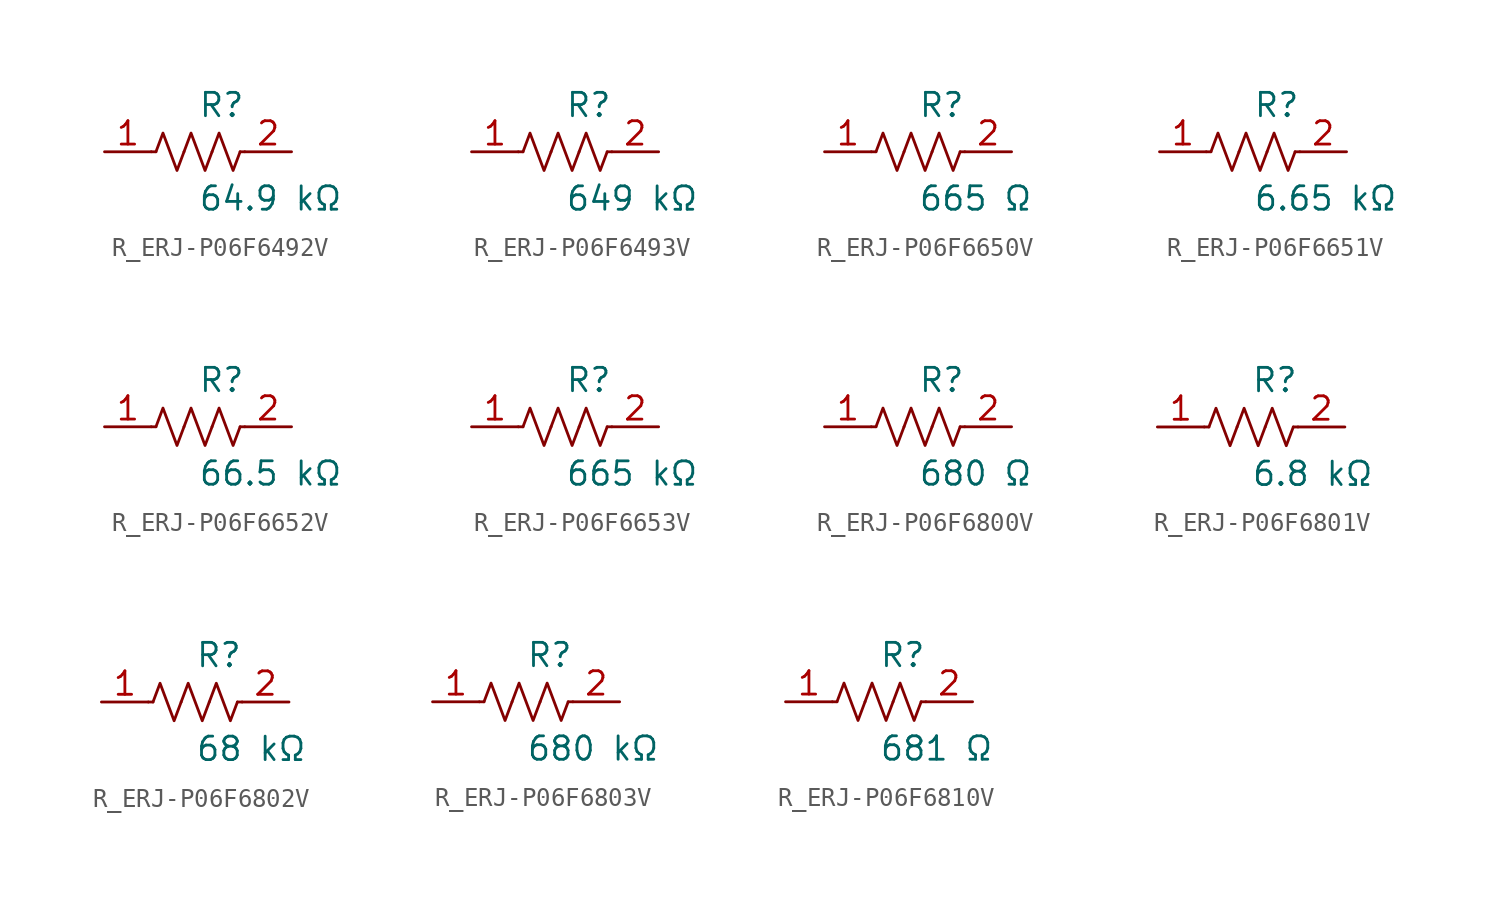
<source format=kicad_sym>
(kicad_symbol_lib
  (version 20231120)
  (generator kicad_symbol_editor)
  (generator_version 8.0)
  (symbol "R_ERJ-P06F6492V"
    (pin_names
      (offset 0.254))
    (property "Reference" "R"
      (at 0.0 2.54 0)
      (effects (font (size 1.27 1.27)) (justify left)))
    (property "Value" "64.9 kΩ"
      (at 0.0 -2.54 0)
      (effects (font (size 1.27 1.27)) (justify left)))
    (symbol "R_ERJ-P06F6492V_0_1"
      (polyline (pts (xy 2.286 0) (xy 2.54 0)) (stroke (width 0) (type default)) (fill (type none)))
      (polyline (pts (xy -2.286 0) (xy -2.54 0)) (stroke (width 0) (type default)) (fill (type none)))
      (polyline (pts (xy 0.762 0) (xy 1.143 1.016) (xy 1.524 0) (xy 1.905 -1.016) (xy 2.286 0)) (stroke (width 0) (type default)) (fill (type none)))
      (polyline (pts (xy -0.762 0) (xy -0.381 1.016) (xy 0 0) (xy 0.381 -1.016) (xy 0.762 0)) (stroke (width 0) (type default)) (fill (type none)))
      (polyline (pts (xy -2.286 0) (xy -1.905 1.016) (xy -1.524 0) (xy -1.143 -1.016) (xy -0.762 0)) (stroke (width 0) (type default)) (fill (type none))))
    (pin unspecified line
      (at -5.08 0 0)
      (length 2.54)
      (name "" (effects (font (size 1.27 1.27))))
      (number "1" (effects (font (size 1.27 1.27)))))
    (pin unspecified line
      (at 5.08 0 180)
      (length 2.54)
      (name "" (effects (font (size 1.27 1.27))))
      (number "2" (effects (font (size 1.27 1.27))))))
  (symbol "R_ERJ-P06F6493V"
    (pin_names
      (offset 0.254))
    (property "Reference" "R"
      (at 0.0 2.54 0)
      (effects (font (size 1.27 1.27)) (justify left)))
    (property "Value" "649 kΩ"
      (at 0.0 -2.54 0)
      (effects (font (size 1.27 1.27)) (justify left)))
    (symbol "R_ERJ-P06F6493V_0_1"
      (polyline (pts (xy 2.286 0) (xy 2.54 0)) (stroke (width 0) (type default)) (fill (type none)))
      (polyline (pts (xy -2.286 0) (xy -2.54 0)) (stroke (width 0) (type default)) (fill (type none)))
      (polyline (pts (xy 0.762 0) (xy 1.143 1.016) (xy 1.524 0) (xy 1.905 -1.016) (xy 2.286 0)) (stroke (width 0) (type default)) (fill (type none)))
      (polyline (pts (xy -0.762 0) (xy -0.381 1.016) (xy 0 0) (xy 0.381 -1.016) (xy 0.762 0)) (stroke (width 0) (type default)) (fill (type none)))
      (polyline (pts (xy -2.286 0) (xy -1.905 1.016) (xy -1.524 0) (xy -1.143 -1.016) (xy -0.762 0)) (stroke (width 0) (type default)) (fill (type none))))
    (pin unspecified line
      (at -5.08 0 0)
      (length 2.54)
      (name "" (effects (font (size 1.27 1.27))))
      (number "1" (effects (font (size 1.27 1.27)))))
    (pin unspecified line
      (at 5.08 0 180)
      (length 2.54)
      (name "" (effects (font (size 1.27 1.27))))
      (number "2" (effects (font (size 1.27 1.27))))))
  (symbol "R_ERJ-P06F6650V"
    (pin_names
      (offset 0.254))
    (property "Reference" "R"
      (at 0.0 2.54 0)
      (effects (font (size 1.27 1.27)) (justify left)))
    (property "Value" "665 Ω"
      (at 0.0 -2.54 0)
      (effects (font (size 1.27 1.27)) (justify left)))
    (symbol "R_ERJ-P06F6650V_0_1"
      (polyline (pts (xy 2.286 0) (xy 2.54 0)) (stroke (width 0) (type default)) (fill (type none)))
      (polyline (pts (xy -2.286 0) (xy -2.54 0)) (stroke (width 0) (type default)) (fill (type none)))
      (polyline (pts (xy 0.762 0) (xy 1.143 1.016) (xy 1.524 0) (xy 1.905 -1.016) (xy 2.286 0)) (stroke (width 0) (type default)) (fill (type none)))
      (polyline (pts (xy -0.762 0) (xy -0.381 1.016) (xy 0 0) (xy 0.381 -1.016) (xy 0.762 0)) (stroke (width 0) (type default)) (fill (type none)))
      (polyline (pts (xy -2.286 0) (xy -1.905 1.016) (xy -1.524 0) (xy -1.143 -1.016) (xy -0.762 0)) (stroke (width 0) (type default)) (fill (type none))))
    (pin unspecified line
      (at -5.08 0 0)
      (length 2.54)
      (name "" (effects (font (size 1.27 1.27))))
      (number "1" (effects (font (size 1.27 1.27)))))
    (pin unspecified line
      (at 5.08 0 180)
      (length 2.54)
      (name "" (effects (font (size 1.27 1.27))))
      (number "2" (effects (font (size 1.27 1.27))))))
  (symbol "R_ERJ-P06F6651V"
    (pin_names
      (offset 0.254))
    (property "Reference" "R"
      (at 0.0 2.54 0)
      (effects (font (size 1.27 1.27)) (justify left)))
    (property "Value" "6.65 kΩ"
      (at 0.0 -2.54 0)
      (effects (font (size 1.27 1.27)) (justify left)))
    (symbol "R_ERJ-P06F6651V_0_1"
      (polyline (pts (xy 2.286 0) (xy 2.54 0)) (stroke (width 0) (type default)) (fill (type none)))
      (polyline (pts (xy -2.286 0) (xy -2.54 0)) (stroke (width 0) (type default)) (fill (type none)))
      (polyline (pts (xy 0.762 0) (xy 1.143 1.016) (xy 1.524 0) (xy 1.905 -1.016) (xy 2.286 0)) (stroke (width 0) (type default)) (fill (type none)))
      (polyline (pts (xy -0.762 0) (xy -0.381 1.016) (xy 0 0) (xy 0.381 -1.016) (xy 0.762 0)) (stroke (width 0) (type default)) (fill (type none)))
      (polyline (pts (xy -2.286 0) (xy -1.905 1.016) (xy -1.524 0) (xy -1.143 -1.016) (xy -0.762 0)) (stroke (width 0) (type default)) (fill (type none))))
    (pin unspecified line
      (at -5.08 0 0)
      (length 2.54)
      (name "" (effects (font (size 1.27 1.27))))
      (number "1" (effects (font (size 1.27 1.27)))))
    (pin unspecified line
      (at 5.08 0 180)
      (length 2.54)
      (name "" (effects (font (size 1.27 1.27))))
      (number "2" (effects (font (size 1.27 1.27))))))
  (symbol "R_ERJ-P06F6652V"
    (pin_names
      (offset 0.254))
    (property "Reference" "R"
      (at 0.0 2.54 0)
      (effects (font (size 1.27 1.27)) (justify left)))
    (property "Value" "66.5 kΩ"
      (at 0.0 -2.54 0)
      (effects (font (size 1.27 1.27)) (justify left)))
    (symbol "R_ERJ-P06F6652V_0_1"
      (polyline (pts (xy 2.286 0) (xy 2.54 0)) (stroke (width 0) (type default)) (fill (type none)))
      (polyline (pts (xy -2.286 0) (xy -2.54 0)) (stroke (width 0) (type default)) (fill (type none)))
      (polyline (pts (xy 0.762 0) (xy 1.143 1.016) (xy 1.524 0) (xy 1.905 -1.016) (xy 2.286 0)) (stroke (width 0) (type default)) (fill (type none)))
      (polyline (pts (xy -0.762 0) (xy -0.381 1.016) (xy 0 0) (xy 0.381 -1.016) (xy 0.762 0)) (stroke (width 0) (type default)) (fill (type none)))
      (polyline (pts (xy -2.286 0) (xy -1.905 1.016) (xy -1.524 0) (xy -1.143 -1.016) (xy -0.762 0)) (stroke (width 0) (type default)) (fill (type none))))
    (pin unspecified line
      (at -5.08 0 0)
      (length 2.54)
      (name "" (effects (font (size 1.27 1.27))))
      (number "1" (effects (font (size 1.27 1.27)))))
    (pin unspecified line
      (at 5.08 0 180)
      (length 2.54)
      (name "" (effects (font (size 1.27 1.27))))
      (number "2" (effects (font (size 1.27 1.27))))))
  (symbol "R_ERJ-P06F6653V"
    (pin_names
      (offset 0.254))
    (property "Reference" "R"
      (at 0.0 2.54 0)
      (effects (font (size 1.27 1.27)) (justify left)))
    (property "Value" "665 kΩ"
      (at 0.0 -2.54 0)
      (effects (font (size 1.27 1.27)) (justify left)))
    (symbol "R_ERJ-P06F6653V_0_1"
      (polyline (pts (xy 2.286 0) (xy 2.54 0)) (stroke (width 0) (type default)) (fill (type none)))
      (polyline (pts (xy -2.286 0) (xy -2.54 0)) (stroke (width 0) (type default)) (fill (type none)))
      (polyline (pts (xy 0.762 0) (xy 1.143 1.016) (xy 1.524 0) (xy 1.905 -1.016) (xy 2.286 0)) (stroke (width 0) (type default)) (fill (type none)))
      (polyline (pts (xy -0.762 0) (xy -0.381 1.016) (xy 0 0) (xy 0.381 -1.016) (xy 0.762 0)) (stroke (width 0) (type default)) (fill (type none)))
      (polyline (pts (xy -2.286 0) (xy -1.905 1.016) (xy -1.524 0) (xy -1.143 -1.016) (xy -0.762 0)) (stroke (width 0) (type default)) (fill (type none))))
    (pin unspecified line
      (at -5.08 0 0)
      (length 2.54)
      (name "" (effects (font (size 1.27 1.27))))
      (number "1" (effects (font (size 1.27 1.27)))))
    (pin unspecified line
      (at 5.08 0 180)
      (length 2.54)
      (name "" (effects (font (size 1.27 1.27))))
      (number "2" (effects (font (size 1.27 1.27))))))
  (symbol "R_ERJ-P06F6800V"
    (pin_names
      (offset 0.254))
    (property "Reference" "R"
      (at 0.0 2.54 0)
      (effects (font (size 1.27 1.27)) (justify left)))
    (property "Value" "680 Ω"
      (at 0.0 -2.54 0)
      (effects (font (size 1.27 1.27)) (justify left)))
    (symbol "R_ERJ-P06F6800V_0_1"
      (polyline (pts (xy 2.286 0) (xy 2.54 0)) (stroke (width 0) (type default)) (fill (type none)))
      (polyline (pts (xy -2.286 0) (xy -2.54 0)) (stroke (width 0) (type default)) (fill (type none)))
      (polyline (pts (xy 0.762 0) (xy 1.143 1.016) (xy 1.524 0) (xy 1.905 -1.016) (xy 2.286 0)) (stroke (width 0) (type default)) (fill (type none)))
      (polyline (pts (xy -0.762 0) (xy -0.381 1.016) (xy 0 0) (xy 0.381 -1.016) (xy 0.762 0)) (stroke (width 0) (type default)) (fill (type none)))
      (polyline (pts (xy -2.286 0) (xy -1.905 1.016) (xy -1.524 0) (xy -1.143 -1.016) (xy -0.762 0)) (stroke (width 0) (type default)) (fill (type none))))
    (pin unspecified line
      (at -5.08 0 0)
      (length 2.54)
      (name "" (effects (font (size 1.27 1.27))))
      (number "1" (effects (font (size 1.27 1.27)))))
    (pin unspecified line
      (at 5.08 0 180)
      (length 2.54)
      (name "" (effects (font (size 1.27 1.27))))
      (number "2" (effects (font (size 1.27 1.27))))))
  (symbol "R_ERJ-P06F6801V"
    (pin_names
      (offset 0.254))
    (property "Reference" "R"
      (at 0.0 2.54 0)
      (effects (font (size 1.27 1.27)) (justify left)))
    (property "Value" "6.8 kΩ"
      (at 0.0 -2.54 0)
      (effects (font (size 1.27 1.27)) (justify left)))
    (symbol "R_ERJ-P06F6801V_0_1"
      (polyline (pts (xy 2.286 0) (xy 2.54 0)) (stroke (width 0) (type default)) (fill (type none)))
      (polyline (pts (xy -2.286 0) (xy -2.54 0)) (stroke (width 0) (type default)) (fill (type none)))
      (polyline (pts (xy 0.762 0) (xy 1.143 1.016) (xy 1.524 0) (xy 1.905 -1.016) (xy 2.286 0)) (stroke (width 0) (type default)) (fill (type none)))
      (polyline (pts (xy -0.762 0) (xy -0.381 1.016) (xy 0 0) (xy 0.381 -1.016) (xy 0.762 0)) (stroke (width 0) (type default)) (fill (type none)))
      (polyline (pts (xy -2.286 0) (xy -1.905 1.016) (xy -1.524 0) (xy -1.143 -1.016) (xy -0.762 0)) (stroke (width 0) (type default)) (fill (type none))))
    (pin unspecified line
      (at -5.08 0 0)
      (length 2.54)
      (name "" (effects (font (size 1.27 1.27))))
      (number "1" (effects (font (size 1.27 1.27)))))
    (pin unspecified line
      (at 5.08 0 180)
      (length 2.54)
      (name "" (effects (font (size 1.27 1.27))))
      (number "2" (effects (font (size 1.27 1.27))))))
  (symbol "R_ERJ-P06F6802V"
    (pin_names
      (offset 0.254))
    (property "Reference" "R"
      (at 0.0 2.54 0)
      (effects (font (size 1.27 1.27)) (justify left)))
    (property "Value" "68 kΩ"
      (at 0.0 -2.54 0)
      (effects (font (size 1.27 1.27)) (justify left)))
    (symbol "R_ERJ-P06F6802V_0_1"
      (polyline (pts (xy 2.286 0) (xy 2.54 0)) (stroke (width 0) (type default)) (fill (type none)))
      (polyline (pts (xy -2.286 0) (xy -2.54 0)) (stroke (width 0) (type default)) (fill (type none)))
      (polyline (pts (xy 0.762 0) (xy 1.143 1.016) (xy 1.524 0) (xy 1.905 -1.016) (xy 2.286 0)) (stroke (width 0) (type default)) (fill (type none)))
      (polyline (pts (xy -0.762 0) (xy -0.381 1.016) (xy 0 0) (xy 0.381 -1.016) (xy 0.762 0)) (stroke (width 0) (type default)) (fill (type none)))
      (polyline (pts (xy -2.286 0) (xy -1.905 1.016) (xy -1.524 0) (xy -1.143 -1.016) (xy -0.762 0)) (stroke (width 0) (type default)) (fill (type none))))
    (pin unspecified line
      (at -5.08 0 0)
      (length 2.54)
      (name "" (effects (font (size 1.27 1.27))))
      (number "1" (effects (font (size 1.27 1.27)))))
    (pin unspecified line
      (at 5.08 0 180)
      (length 2.54)
      (name "" (effects (font (size 1.27 1.27))))
      (number "2" (effects (font (size 1.27 1.27))))))
  (symbol "R_ERJ-P06F6803V"
    (pin_names
      (offset 0.254))
    (property "Reference" "R"
      (at 0.0 2.54 0)
      (effects (font (size 1.27 1.27)) (justify left)))
    (property "Value" "680 kΩ"
      (at 0.0 -2.54 0)
      (effects (font (size 1.27 1.27)) (justify left)))
    (symbol "R_ERJ-P06F6803V_0_1"
      (polyline (pts (xy 2.286 0) (xy 2.54 0)) (stroke (width 0) (type default)) (fill (type none)))
      (polyline (pts (xy -2.286 0) (xy -2.54 0)) (stroke (width 0) (type default)) (fill (type none)))
      (polyline (pts (xy 0.762 0) (xy 1.143 1.016) (xy 1.524 0) (xy 1.905 -1.016) (xy 2.286 0)) (stroke (width 0) (type default)) (fill (type none)))
      (polyline (pts (xy -0.762 0) (xy -0.381 1.016) (xy 0 0) (xy 0.381 -1.016) (xy 0.762 0)) (stroke (width 0) (type default)) (fill (type none)))
      (polyline (pts (xy -2.286 0) (xy -1.905 1.016) (xy -1.524 0) (xy -1.143 -1.016) (xy -0.762 0)) (stroke (width 0) (type default)) (fill (type none))))
    (pin unspecified line
      (at -5.08 0 0)
      (length 2.54)
      (name "" (effects (font (size 1.27 1.27))))
      (number "1" (effects (font (size 1.27 1.27)))))
    (pin unspecified line
      (at 5.08 0 180)
      (length 2.54)
      (name "" (effects (font (size 1.27 1.27))))
      (number "2" (effects (font (size 1.27 1.27))))))
  (symbol "R_ERJ-P06F6810V"
    (pin_names
      (offset 0.254))
    (property "Reference" "R"
      (at 0.0 2.54 0)
      (effects (font (size 1.27 1.27)) (justify left)))
    (property "Value" "681 Ω"
      (at 0.0 -2.54 0)
      (effects (font (size 1.27 1.27)) (justify left)))
    (symbol "R_ERJ-P06F6810V_0_1"
      (polyline (pts (xy 2.286 0) (xy 2.54 0)) (stroke (width 0) (type default)) (fill (type none)))
      (polyline (pts (xy -2.286 0) (xy -2.54 0)) (stroke (width 0) (type default)) (fill (type none)))
      (polyline (pts (xy 0.762 0) (xy 1.143 1.016) (xy 1.524 0) (xy 1.905 -1.016) (xy 2.286 0)) (stroke (width 0) (type default)) (fill (type none)))
      (polyline (pts (xy -0.762 0) (xy -0.381 1.016) (xy 0 0) (xy 0.381 -1.016) (xy 0.762 0)) (stroke (width 0) (type default)) (fill (type none)))
      (polyline (pts (xy -2.286 0) (xy -1.905 1.016) (xy -1.524 0) (xy -1.143 -1.016) (xy -0.762 0)) (stroke (width 0) (type default)) (fill (type none))))
    (pin unspecified line
      (at -5.08 0 0)
      (length 2.54)
      (name "" (effects (font (size 1.27 1.27))))
      (number "1" (effects (font (size 1.27 1.27)))))
    (pin unspecified line
      (at 5.08 0 180)
      (length 2.54)
      (name "" (effects (font (size 1.27 1.27))))
      (number "2" (effects (font (size 1.27 1.27)))))))
</source>
